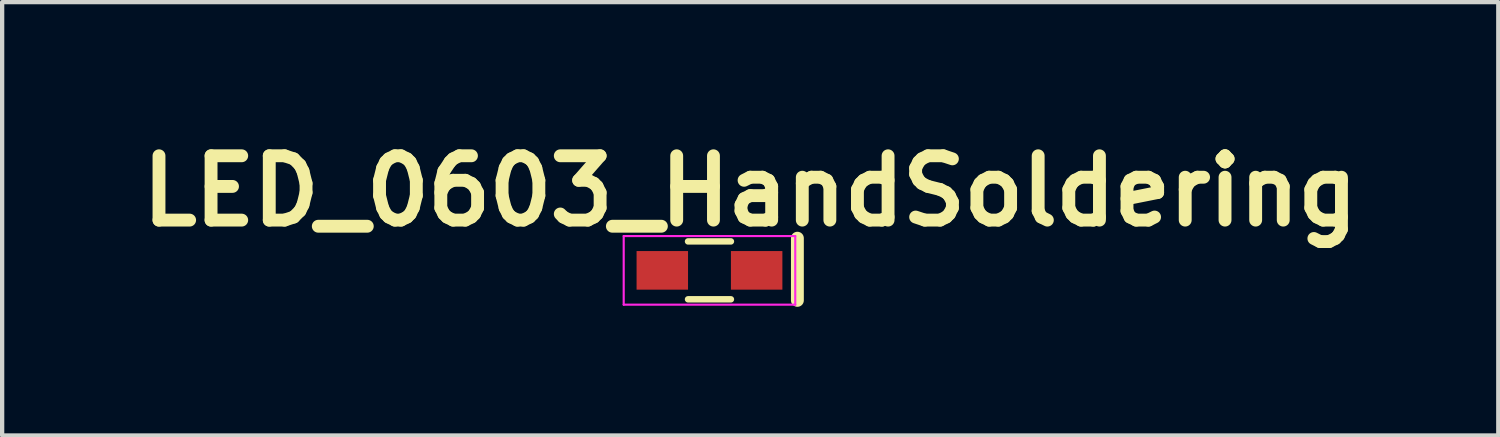
<source format=kicad_pcb>
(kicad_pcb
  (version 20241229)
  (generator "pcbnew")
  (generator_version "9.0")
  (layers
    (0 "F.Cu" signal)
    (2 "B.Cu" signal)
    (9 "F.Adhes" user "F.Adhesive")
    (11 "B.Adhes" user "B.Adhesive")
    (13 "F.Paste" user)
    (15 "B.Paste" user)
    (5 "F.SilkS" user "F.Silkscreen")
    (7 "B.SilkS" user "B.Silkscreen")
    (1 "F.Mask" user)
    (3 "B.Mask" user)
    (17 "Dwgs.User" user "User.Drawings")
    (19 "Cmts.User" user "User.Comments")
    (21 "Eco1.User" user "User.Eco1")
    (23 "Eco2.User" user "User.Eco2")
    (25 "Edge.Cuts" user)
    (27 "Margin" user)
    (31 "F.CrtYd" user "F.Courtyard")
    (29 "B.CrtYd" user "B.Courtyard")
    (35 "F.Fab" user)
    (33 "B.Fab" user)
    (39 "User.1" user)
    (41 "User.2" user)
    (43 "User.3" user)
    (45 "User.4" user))
  (footprint "LED_0603_HandSoldering"
    (layer "F.Cu")
    (at 13.493 3.254)
    (property "Reference" "LED_0603_HandSoldering" (at 0.95 -1.85 0) (layer "F.SilkS") (effects (font (size 1.5 1.5) (thickness 0.3))))
    (attr smd)
    (fp_line (start -0.5 -0.675) (end 0.5 -0.675) (stroke (width 0.15) (type solid)) (layer "F.SilkS"))
    (fp_line (start 0.5 0.675) (end -0.5 0.675) (stroke (width 0.15) (type solid)) (layer "F.SilkS"))
    (fp_line (start 2.05 -0.75) (end 2.05 0.7) (stroke (width 0.3) (type solid)) (layer "F.SilkS"))
    (fp_line (start -2 -0.8) (end -2 0.8) (stroke (width 0.05) (type solid)) (layer "F.CrtYd"))
    (fp_line (start -2 -0.8) (end 2 -0.8) (stroke (width 0.05) (type solid)) (layer "F.CrtYd"))
    (fp_line (start -2 0.8) (end 2 0.8) (stroke (width 0.05) (type solid)) (layer "F.CrtYd"))
    (fp_line (start 2 -0.8) (end 2 0.8) (stroke (width 0.05) (type solid)) (layer "F.CrtYd"))
    (pad "1" smd rect (at 1.1 0) (size 1.2 0.9) (layers "F.Cu" "F.Mask" "F.Paste"))
    (pad "2" smd rect (at -1.1 0) (size 1.2 0.9) (layers "F.Cu" "F.Mask" "F.Paste")))
  (gr_rect
    (start -3 -3)
    (end 31.886 7.104)
    (stroke (width 0.1) (type default))
    (fill no)
    (layer "Edge.Cuts")))
</source>
